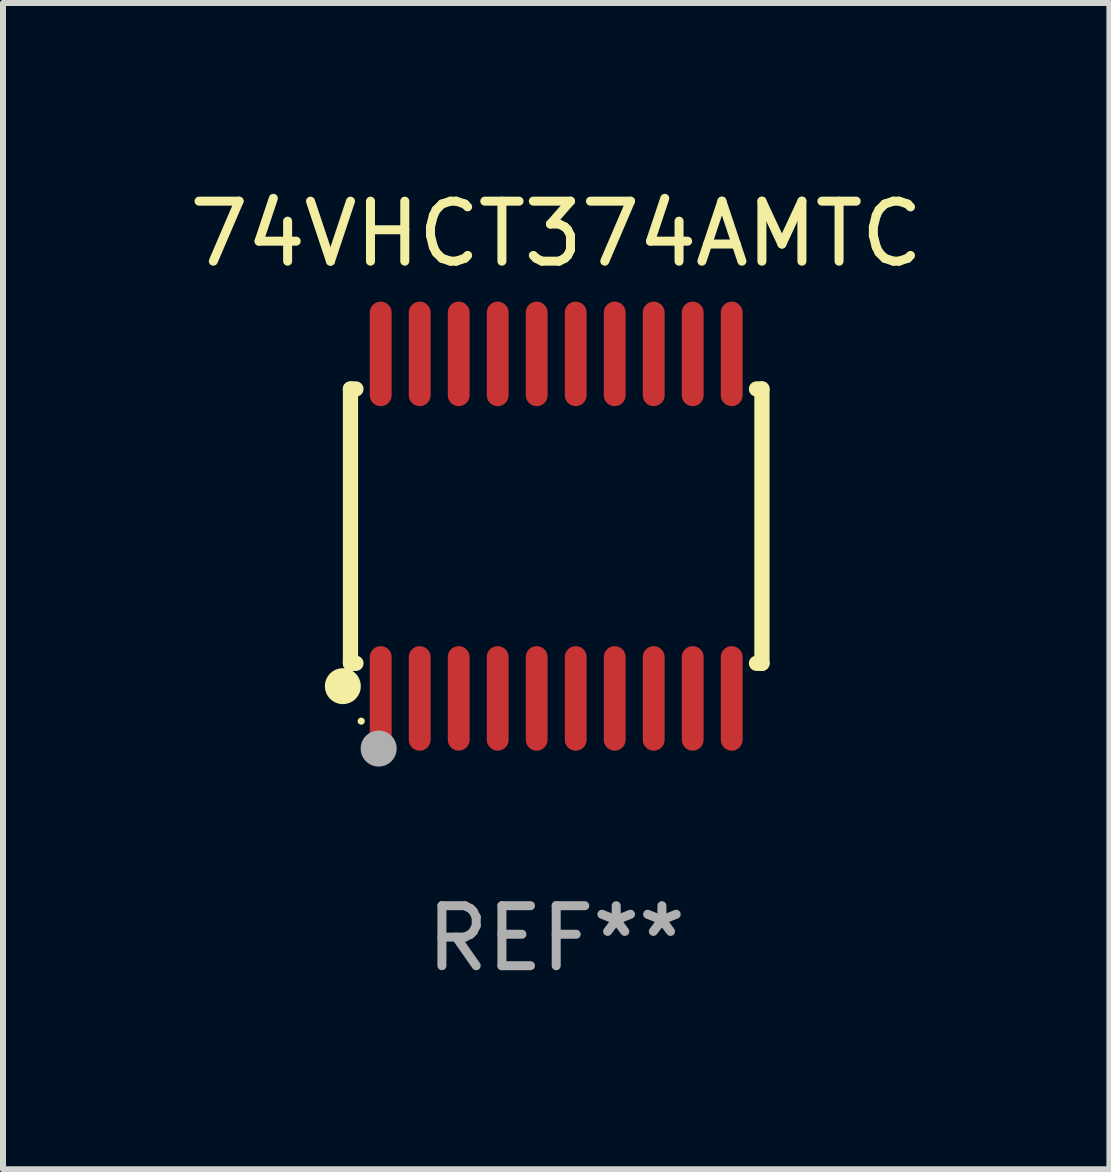
<source format=kicad_pcb>
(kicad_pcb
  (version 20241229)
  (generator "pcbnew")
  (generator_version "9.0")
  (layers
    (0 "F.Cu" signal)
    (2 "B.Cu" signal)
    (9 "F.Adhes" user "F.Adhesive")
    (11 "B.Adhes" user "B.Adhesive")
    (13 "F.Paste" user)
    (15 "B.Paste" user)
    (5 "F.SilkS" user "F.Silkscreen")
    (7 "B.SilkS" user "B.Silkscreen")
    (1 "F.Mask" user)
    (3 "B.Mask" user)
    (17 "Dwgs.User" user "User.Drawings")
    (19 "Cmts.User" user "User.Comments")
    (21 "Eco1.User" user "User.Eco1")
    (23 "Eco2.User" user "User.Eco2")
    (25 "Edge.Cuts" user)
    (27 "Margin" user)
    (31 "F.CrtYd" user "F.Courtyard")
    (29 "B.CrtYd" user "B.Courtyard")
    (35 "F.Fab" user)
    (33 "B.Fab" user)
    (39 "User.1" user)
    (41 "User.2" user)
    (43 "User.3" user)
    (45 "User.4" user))
  (footprint "74VHCT374AMTC"
    (layer "F.Cu")
    (at 6.22 5.719)
    (property "Reference" "74VHCT374AMTC" (at 0 -4.871 0) (layer "F.SilkS") (effects (font (size 1 1) (thickness 0.15))))
    (attr through_hole)
    (fp_line (start -3.429 -2.286) (end -3.429 2.286) (stroke (width 0.254) (type solid)) (layer "F.SilkS"))
    (fp_line (start -3.429 2.286) (end -3.338 2.286) (stroke (width 0.254) (type solid)) (layer "F.SilkS"))
    (fp_line (start -3.338 -2.286) (end -3.429 -2.286) (stroke (width 0.254) (type solid)) (layer "F.SilkS"))
    (fp_line (start 3.338 -2.286) (end 3.429 -2.286) (stroke (width 0.254) (type solid)) (layer "F.SilkS"))
    (fp_line (start 3.429 -2.286) (end 3.429 2.286) (stroke (width 0.254) (type solid)) (layer "F.SilkS"))
    (fp_line (start 3.429 2.286) (end 3.338 2.286) (stroke (width 0.254) (type solid)) (layer "F.SilkS"))
    (fp_circle (center -3.556 2.667) (end -3.406 2.667) (stroke (width 0.3) (type solid)) (fill no) (layer "F.SilkS"))
    (fp_circle (center -3.25 3.25) (end -3.22 3.25) (stroke (width 0.06) (type solid)) (fill no) (layer "F.SilkS"))
    (fp_circle (center -2.959 3.707) (end -2.808 3.707) (stroke (width 0.3) (type solid)) (fill no) (layer "F.Fab"))
    (fp_text user "REF**" (at 0 6.871 0) (layer "F.Fab") (effects (font (size 1 1) (thickness 0.15))))
    (pad "1" smd oval (at -2.925 2.871) (size 0.364 1.742) (layers "F.Cu" "F.Mask" "F.Paste"))
    (pad "2" smd oval (at -2.275 2.871) (size 0.364 1.742) (layers "F.Cu" "F.Mask" "F.Paste"))
    (pad "3" smd oval (at -1.625 2.871) (size 0.364 1.742) (layers "F.Cu" "F.Mask" "F.Paste"))
    (pad "4" smd oval (at -0.975 2.871) (size 0.364 1.742) (layers "F.Cu" "F.Mask" "F.Paste"))
    (pad "5" smd oval (at -0.325 2.871) (size 0.364 1.742) (layers "F.Cu" "F.Mask" "F.Paste"))
    (pad "6" smd oval (at 0.325 2.871) (size 0.364 1.742) (layers "F.Cu" "F.Mask" "F.Paste"))
    (pad "7" smd oval (at 0.975 2.871) (size 0.364 1.742) (layers "F.Cu" "F.Mask" "F.Paste"))
    (pad "8" smd oval (at 1.625 2.871) (size 0.364 1.742) (layers "F.Cu" "F.Mask" "F.Paste"))
    (pad "9" smd oval (at 2.275 2.871) (size 0.364 1.742) (layers "F.Cu" "F.Mask" "F.Paste"))
    (pad "10" smd oval (at 2.925 2.871) (size 0.364 1.742) (layers "F.Cu" "F.Mask" "F.Paste"))
    (pad "11" smd oval (at 2.925 -2.871) (size 0.364 1.742) (layers "F.Cu" "F.Mask" "F.Paste"))
    (pad "12" smd oval (at 2.275 -2.871) (size 0.364 1.742) (layers "F.Cu" "F.Mask" "F.Paste"))
    (pad "13" smd oval (at 1.625 -2.871) (size 0.364 1.742) (layers "F.Cu" "F.Mask" "F.Paste"))
    (pad "14" smd oval (at 0.975 -2.871) (size 0.364 1.742) (layers "F.Cu" "F.Mask" "F.Paste"))
    (pad "15" smd oval (at 0.325 -2.871) (size 0.364 1.742) (layers "F.Cu" "F.Mask" "F.Paste"))
    (pad "16" smd oval (at -0.325 -2.871) (size 0.364 1.742) (layers "F.Cu" "F.Mask" "F.Paste"))
    (pad "17" smd oval (at -0.975 -2.871) (size 0.364 1.742) (layers "F.Cu" "F.Mask" "F.Paste"))
    (pad "18" smd oval (at -1.625 -2.871) (size 0.364 1.742) (layers "F.Cu" "F.Mask" "F.Paste"))
    (pad "19" smd oval (at -2.275 -2.871) (size 0.364 1.742) (layers "F.Cu" "F.Mask" "F.Paste"))
    (pad "20" smd oval (at -2.925 -2.871) (size 0.364 1.742) (layers "F.Cu" "F.Mask" "F.Paste")))
  (gr_rect
    (start -3 -3)
    (end 15.44 16.438)
    (stroke (width 0.1) (type default))
    (fill no)
    (layer "Edge.Cuts")))
</source>
